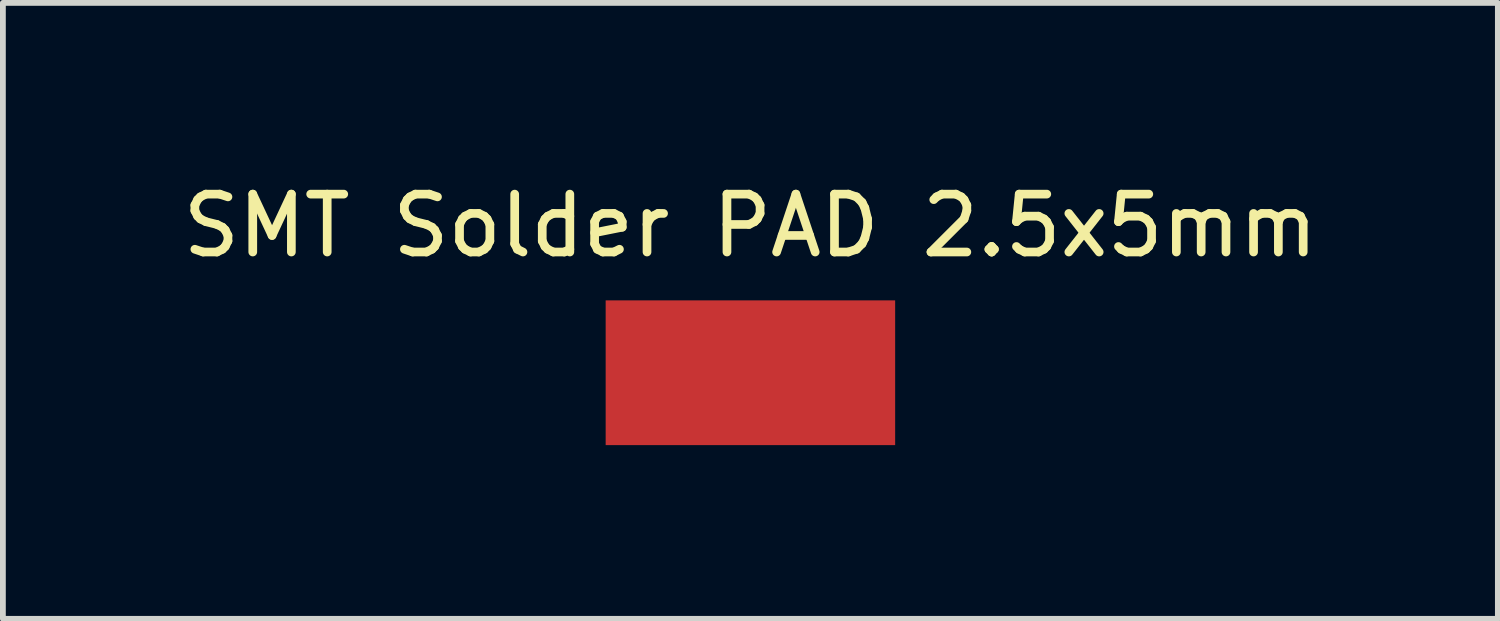
<source format=kicad_pcb>
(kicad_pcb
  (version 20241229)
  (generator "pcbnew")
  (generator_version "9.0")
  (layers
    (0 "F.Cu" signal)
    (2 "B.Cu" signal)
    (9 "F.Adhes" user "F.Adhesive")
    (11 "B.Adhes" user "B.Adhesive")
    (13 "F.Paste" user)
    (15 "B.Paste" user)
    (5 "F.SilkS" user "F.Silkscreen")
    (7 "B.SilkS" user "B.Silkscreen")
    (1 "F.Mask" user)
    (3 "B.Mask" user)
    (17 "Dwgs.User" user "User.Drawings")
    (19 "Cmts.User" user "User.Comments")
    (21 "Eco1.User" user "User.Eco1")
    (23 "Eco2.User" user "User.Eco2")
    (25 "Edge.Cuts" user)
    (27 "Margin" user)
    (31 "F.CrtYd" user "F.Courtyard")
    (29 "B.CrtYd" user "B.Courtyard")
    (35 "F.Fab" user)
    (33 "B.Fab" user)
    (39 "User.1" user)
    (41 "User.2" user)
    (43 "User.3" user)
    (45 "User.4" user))
  (footprint "SMT Solder PAD 2.5x5mm"
    (layer "F.Cu")
    (at 9.911 3.388)
    (property "Reference" "SMT Solder PAD 2.5x5mm" (at 0 -2.54 0) (layer "F.SilkS") (effects (font (size 1 1) (thickness 0.15))))
    (attr through_hole)
    (pad "1" smd rect (at 0 0) (size 5 2.5) (layers "F.Cu" "F.Mask" "F.Paste")))
  (gr_rect
    (start -3 -3)
    (end 22.821 7.638)
    (stroke (width 0.1) (type default))
    (fill no)
    (layer "Edge.Cuts")))
</source>
